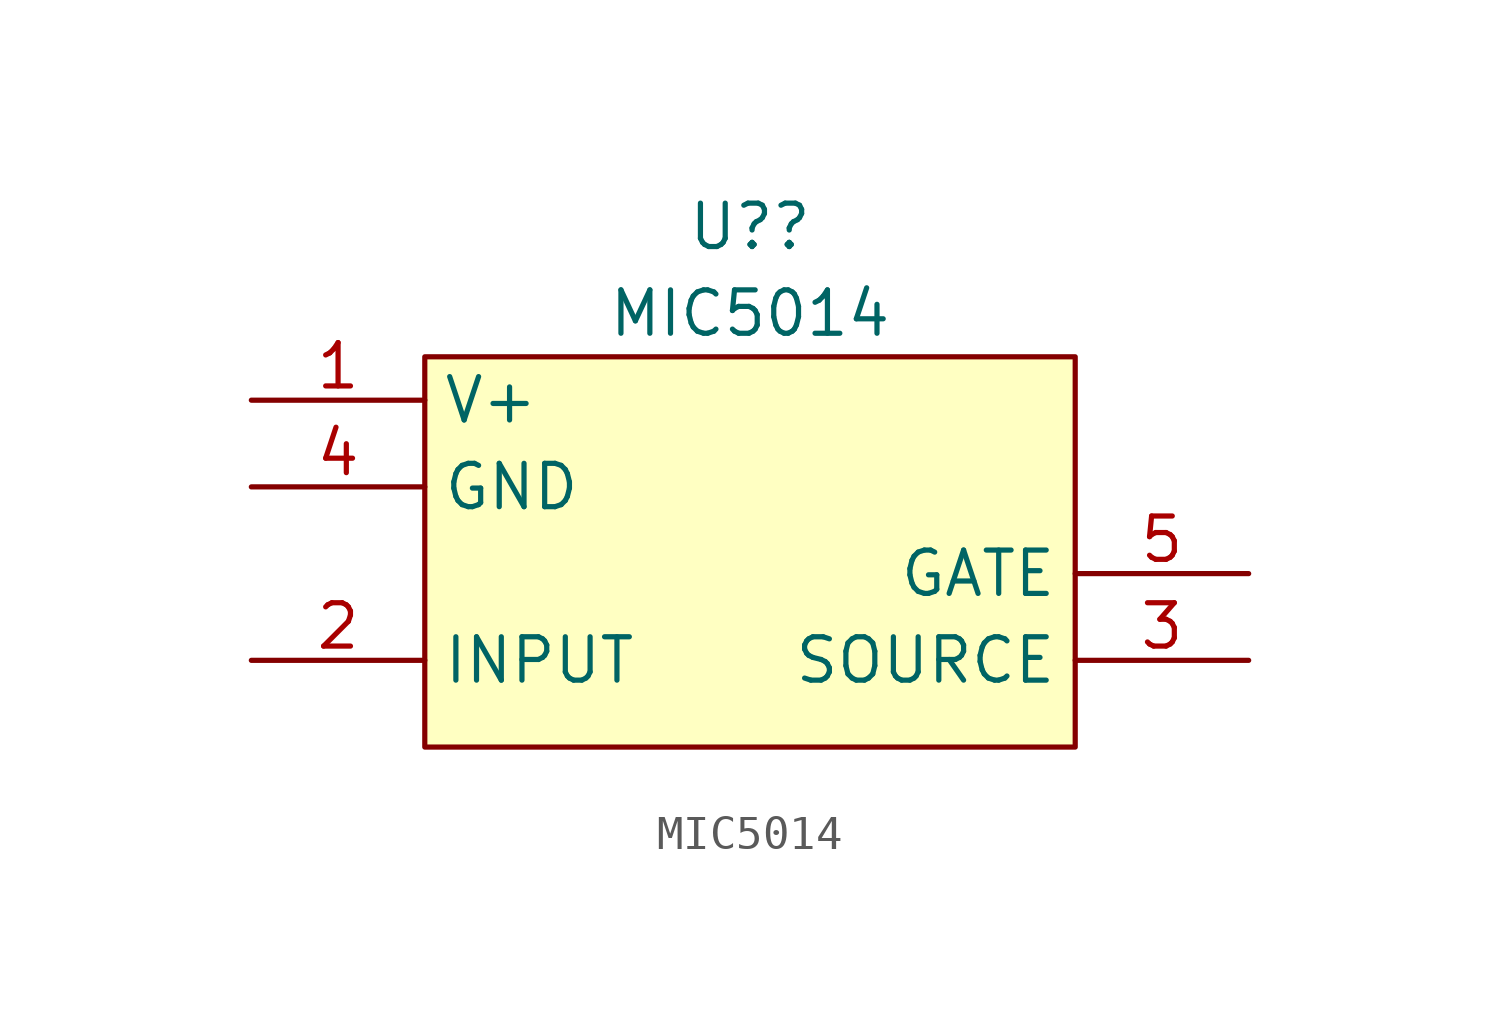
<source format=kicad_sym>
(kicad_symbol_lib
  (version 20210619)
  (generator kicad_symbol_editor)
  (symbol "MIC5014:MIC5014"
    (property "Reference" "U?"
      (at -0.635 15.24 0)
      (effects (font (size 1.27 1.27))))
    (property "Value" "MIC5014"
      (at -0.635 12.7 0)
      (effects (font (size 1.27 1.27))))
    (symbol "MIC5014_0_1"
      (rectangle (start -10.16 11.43) (end 8.89 0) (stroke (width 0.152)) (fill (type background))))
    (symbol "MIC5014_1_1"
      (pin power_in line (at -15.24 10.16 0) (length 5.08) (name "V+" (effects (font (size 1.27 1.27)))) (number "1" (effects (font (size 1.27 1.27)))))
      (pin input line (at -15.24 2.54 0) (length 5.08) (name "INPUT" (effects (font (size 1.27 1.27)))) (number "2" (effects (font (size 1.27 1.27)))))
      (pin input line (at 13.97 2.54 180) (length 5.08) (name "SOURCE" (effects (font (size 1.27 1.27)))) (number "3" (effects (font (size 1.27 1.27)))))
      (pin input line (at -15.24 7.62 0) (length 5.08) (name "GND" (effects (font (size 1.27 1.27)))) (number "4" (effects (font (size 1.27 1.27)))))
      (pin input line (at 13.97 5.08 180) (length 5.08) (name "GATE" (effects (font (size 1.27 1.27)))) (number "5" (effects (font (size 1.27 1.27))))))))
</source>
